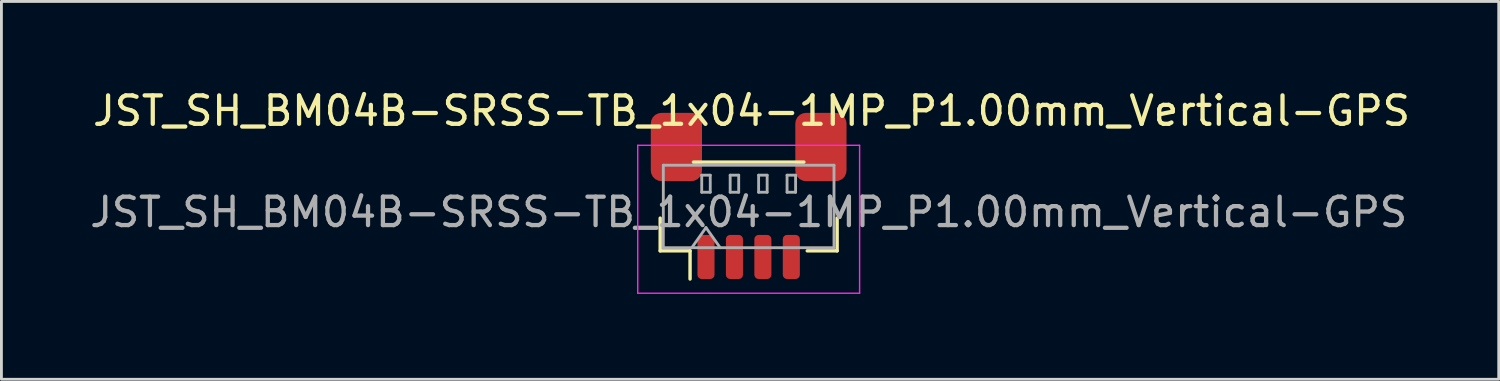
<source format=kicad_pcb>
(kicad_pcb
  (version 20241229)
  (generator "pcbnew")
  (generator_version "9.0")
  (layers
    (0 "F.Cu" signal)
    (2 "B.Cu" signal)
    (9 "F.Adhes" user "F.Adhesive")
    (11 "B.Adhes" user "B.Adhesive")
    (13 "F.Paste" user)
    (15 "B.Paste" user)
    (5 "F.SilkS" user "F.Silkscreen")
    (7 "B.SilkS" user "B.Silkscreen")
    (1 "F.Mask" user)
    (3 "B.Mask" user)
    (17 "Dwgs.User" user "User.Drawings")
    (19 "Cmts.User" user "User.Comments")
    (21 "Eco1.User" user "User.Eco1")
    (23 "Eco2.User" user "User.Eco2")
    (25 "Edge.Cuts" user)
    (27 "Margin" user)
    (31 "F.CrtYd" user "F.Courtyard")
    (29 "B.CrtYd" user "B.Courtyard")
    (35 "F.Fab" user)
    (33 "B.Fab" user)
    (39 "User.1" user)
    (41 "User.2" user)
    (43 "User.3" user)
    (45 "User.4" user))
  (footprint "JST_SH_BM04B-SRSS-TB_1x04-1MP_P1.00mm_Vertical-GPS"
    (layer "F.Cu")
    (at 23.268 4.658)
    (property "Reference" "JST_SH_BM04B-SRSS-TB_1x04-1MP_P1.00mm_Vertical-GPS" (at 0.1 -3.81 0) (layer "F.SilkS") (effects (font (size 1 1) (thickness 0.15))))
    (attr smd)
    (fp_line (start -3.11 -0.04) (end -3.11 1.11) (stroke (width 0.12) (type solid)) (layer "F.SilkS"))
    (fp_line (start -3.11 1.11) (end -2.06 1.11) (stroke (width 0.12) (type solid)) (layer "F.SilkS"))
    (fp_line (start -2.06 1.11) (end -2.06 2.1) (stroke (width 0.12) (type solid)) (layer "F.SilkS"))
    (fp_line (start -1.94 -2.01) (end 1.94 -2.01) (stroke (width 0.12) (type solid)) (layer "F.SilkS"))
    (fp_line (start 3.11 -0.04) (end 3.11 1.11) (stroke (width 0.12) (type solid)) (layer "F.SilkS"))
    (fp_line (start 3.11 1.11) (end 2.06 1.11) (stroke (width 0.12) (type solid)) (layer "F.SilkS"))
    (fp_line (start -3.9 -2.6) (end -3.9 2.6) (stroke (width 0.05) (type solid)) (layer "F.CrtYd"))
    (fp_line (start -3.9 2.6) (end 3.9 2.6) (stroke (width 0.05) (type solid)) (layer "F.CrtYd"))
    (fp_line (start 3.9 -2.6) (end -3.9 -2.6) (stroke (width 0.05) (type solid)) (layer "F.CrtYd"))
    (fp_line (start 3.9 2.6) (end 3.9 -2.6) (stroke (width 0.05) (type solid)) (layer "F.CrtYd"))
    (fp_line (start -3 -1.9) (end 3 -1.9) (stroke (width 0.1) (type solid)) (layer "F.Fab"))
    (fp_line (start -3 1) (end -3 -1.9) (stroke (width 0.1) (type solid)) (layer "F.Fab"))
    (fp_line (start -3 1) (end 3 1) (stroke (width 0.1) (type solid)) (layer "F.Fab"))
    (fp_line (start -2 1) (end -1.5 0.293) (stroke (width 0.1) (type solid)) (layer "F.Fab"))
    (fp_line (start -1.65 -1.55) (end -1.65 -0.95) (stroke (width 0.1) (type solid)) (layer "F.Fab"))
    (fp_line (start -1.65 -0.95) (end -1.35 -0.95) (stroke (width 0.1) (type solid)) (layer "F.Fab"))
    (fp_line (start -1.5 0.293) (end -1 1) (stroke (width 0.1) (type solid)) (layer "F.Fab"))
    (fp_line (start -1.35 -1.55) (end -1.65 -1.55) (stroke (width 0.1) (type solid)) (layer "F.Fab"))
    (fp_line (start -1.35 -0.95) (end -1.35 -1.55) (stroke (width 0.1) (type solid)) (layer "F.Fab"))
    (fp_line (start -0.65 -1.55) (end -0.65 -0.95) (stroke (width 0.1) (type solid)) (layer "F.Fab"))
    (fp_line (start -0.65 -0.95) (end -0.35 -0.95) (stroke (width 0.1) (type solid)) (layer "F.Fab"))
    (fp_line (start -0.35 -1.55) (end -0.65 -1.55) (stroke (width 0.1) (type solid)) (layer "F.Fab"))
    (fp_line (start -0.35 -0.95) (end -0.35 -1.55) (stroke (width 0.1) (type solid)) (layer "F.Fab"))
    (fp_line (start 0.35 -1.55) (end 0.35 -0.95) (stroke (width 0.1) (type solid)) (layer "F.Fab"))
    (fp_line (start 0.35 -0.95) (end 0.65 -0.95) (stroke (width 0.1) (type solid)) (layer "F.Fab"))
    (fp_line (start 0.65 -1.55) (end 0.35 -1.55) (stroke (width 0.1) (type solid)) (layer "F.Fab"))
    (fp_line (start 0.65 -0.95) (end 0.65 -1.55) (stroke (width 0.1) (type solid)) (layer "F.Fab"))
    (fp_line (start 1.35 -1.55) (end 1.35 -0.95) (stroke (width 0.1) (type solid)) (layer "F.Fab"))
    (fp_line (start 1.35 -0.95) (end 1.65 -0.95) (stroke (width 0.1) (type solid)) (layer "F.Fab"))
    (fp_line (start 1.65 -1.55) (end 1.35 -1.55) (stroke (width 0.1) (type solid)) (layer "F.Fab"))
    (fp_line (start 1.65 -0.95) (end 1.65 -1.55) (stroke (width 0.1) (type solid)) (layer "F.Fab"))
    (fp_line (start 3 1) (end 3 -1.9) (stroke (width 0.1) (type solid)) (layer "F.Fab"))
    (fp_text user "${REFERENCE}" (at 0 -0.25 0) (layer "F.Fab") (effects (font (size 1 1) (thickness 0.15))))
    (pad "1" smd roundrect (at -1.5 1.325) (size 0.6 1.55) (layers "F.Cu" "F.Mask" "F.Paste") (roundrect_rratio 0.25))
    (pad "2" smd roundrect (at -0.5 1.325) (size 0.6 1.55) (layers "F.Cu" "F.Mask" "F.Paste") (roundrect_rratio 0.25))
    (pad "3" smd roundrect (at 0.5 1.325) (size 0.6 1.55) (layers "F.Cu" "F.Mask" "F.Paste") (roundrect_rratio 0.25))
    (pad "4" smd roundrect (at 1.5 1.325) (size 0.6 1.55) (layers "F.Cu" "F.Mask" "F.Paste") (roundrect_rratio 0.25))
    (pad "MP" smd roundrect (at -2.54 -2.54) (size 1.8 2.4) (layers "F.Cu" "F.Mask" "F.Paste") (roundrect_rratio 0.208))
    (pad "MP" smd roundrect (at 2.54 -2.54) (size 1.8 2.4) (layers "F.Cu" "F.Mask" "F.Paste") (roundrect_rratio 0.208)))
  (gr_rect
    (start -3 -3)
    (end 49.636 10.283)
    (stroke (width 0.1) (type default))
    (fill no)
    (layer "Edge.Cuts")))
</source>
